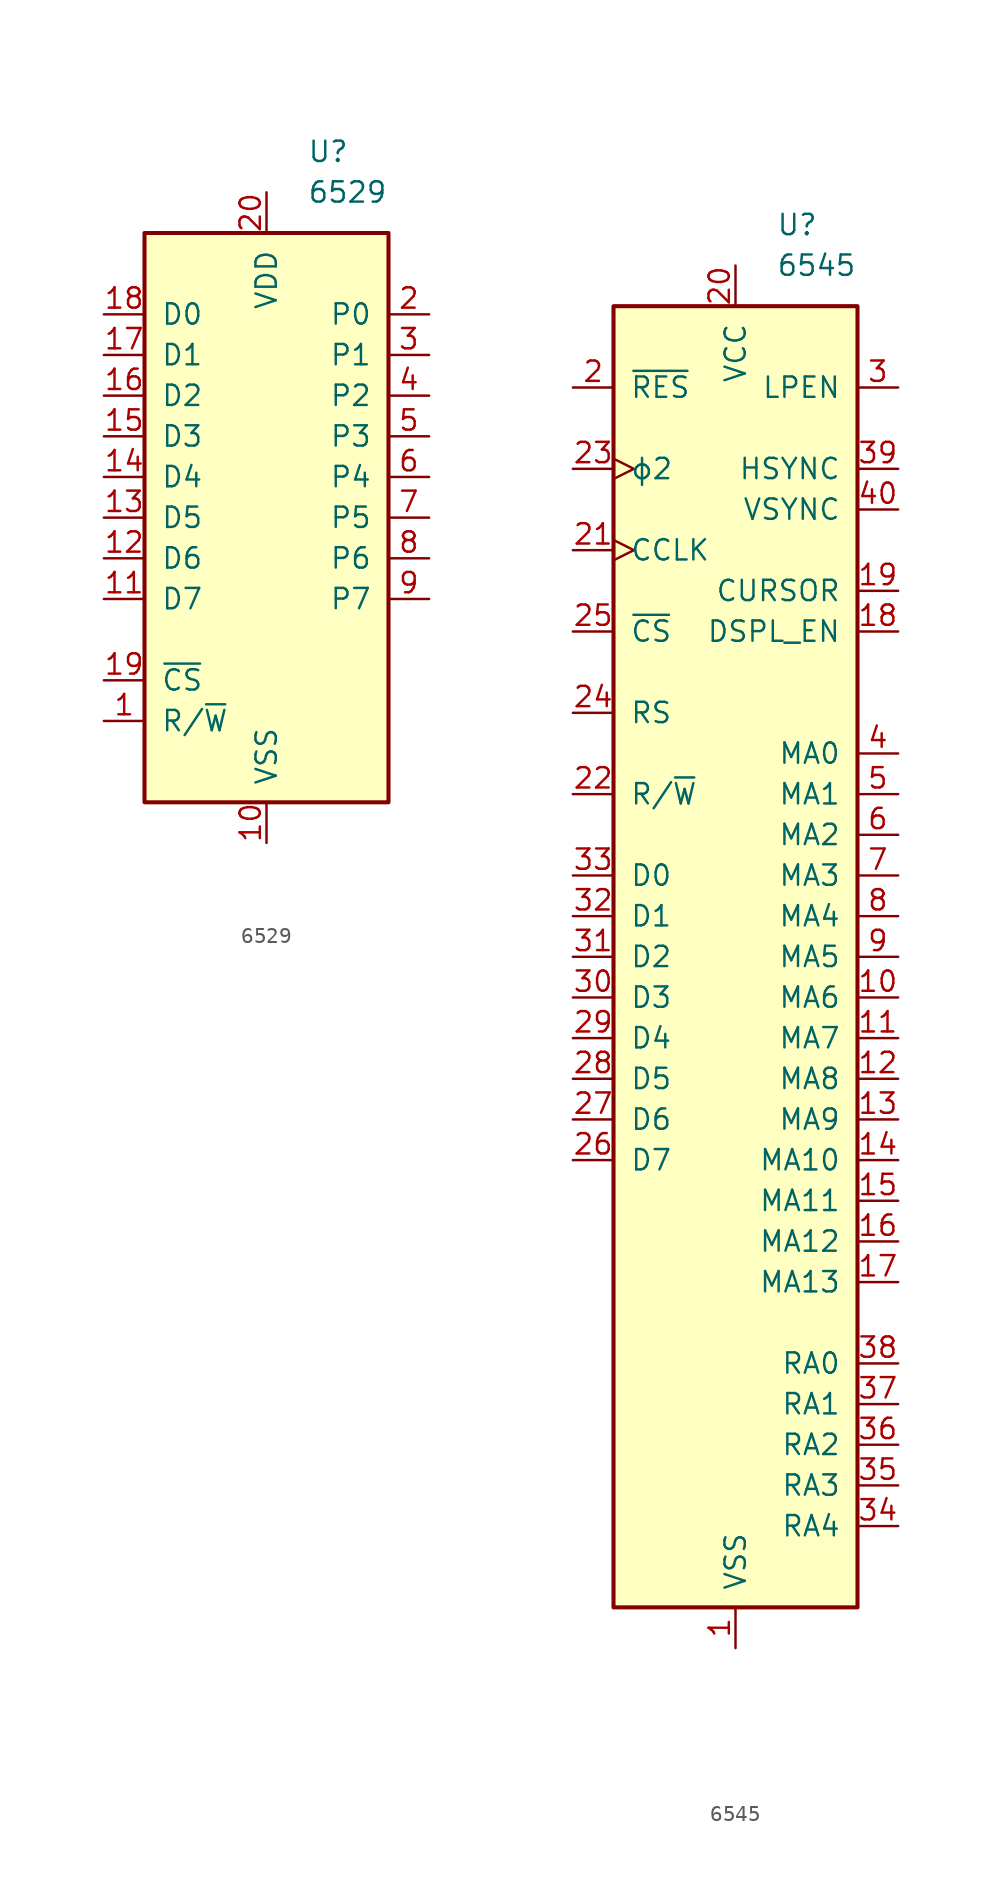
<source format=kicad_sym>
(kicad_symbol_lib
  (version 20211014)
  (generator kicad_symbol_editor)
  (symbol "6529"
    (pin_names
      (offset 1.016))
    (property "Reference" "U"
      (at 2.54 22.86 0)
      (effects (font (size 1.27 1.27)) (justify left)))
    (property "Value" "6529"
      (at 2.54 20.32 0)
      (effects (font (size 1.27 1.27)) (justify left)))
    (symbol "6529_0_1"
      (rectangle (start -7.62 17.78) (end 7.62 -17.78) (stroke (width 0.254) (type default) (color 0 0 0 0)) (fill (type background))))
    (symbol "6529_1_1"
      (pin input line (at -10.16 -12.7 0) (length 2.54) (name "R/~{W}" (effects (font (size 1.27 1.27)))) (number "1" (effects (font (size 1.27 1.27)))))
      (pin power_in line (at 0 -20.32 90) (length 2.54) (name "VSS" (effects (font (size 1.27 1.27)))) (number "10" (effects (font (size 1.27 1.27)))))
      (pin bidirectional line (at -10.16 -5.08 0) (length 2.54) (name "D7" (effects (font (size 1.27 1.27)))) (number "11" (effects (font (size 1.27 1.27)))))
      (pin bidirectional line (at -10.16 -2.54 0) (length 2.54) (name "D6" (effects (font (size 1.27 1.27)))) (number "12" (effects (font (size 1.27 1.27)))))
      (pin bidirectional line (at -10.16 0 0) (length 2.54) (name "D5" (effects (font (size 1.27 1.27)))) (number "13" (effects (font (size 1.27 1.27)))))
      (pin bidirectional line (at -10.16 2.54 0) (length 2.54) (name "D4" (effects (font (size 1.27 1.27)))) (number "14" (effects (font (size 1.27 1.27)))))
      (pin bidirectional line (at -10.16 5.08 0) (length 2.54) (name "D3" (effects (font (size 1.27 1.27)))) (number "15" (effects (font (size 1.27 1.27)))))
      (pin bidirectional line (at -10.16 7.62 0) (length 2.54) (name "D2" (effects (font (size 1.27 1.27)))) (number "16" (effects (font (size 1.27 1.27)))))
      (pin bidirectional line (at -10.16 10.16 0) (length 2.54) (name "D1" (effects (font (size 1.27 1.27)))) (number "17" (effects (font (size 1.27 1.27)))))
      (pin bidirectional line (at -10.16 12.7 0) (length 2.54) (name "D0" (effects (font (size 1.27 1.27)))) (number "18" (effects (font (size 1.27 1.27)))))
      (pin input line (at -10.16 -10.16 0) (length 2.54) (name "~{CS}" (effects (font (size 1.27 1.27)))) (number "19" (effects (font (size 1.27 1.27)))))
      (pin bidirectional line (at 10.16 12.7 180) (length 2.54) (name "P0" (effects (font (size 1.27 1.27)))) (number "2" (effects (font (size 1.27 1.27)))))
      (pin power_in line (at 0 20.32 270) (length 2.54) (name "VDD" (effects (font (size 1.27 1.27)))) (number "20" (effects (font (size 1.27 1.27)))))
      (pin bidirectional line (at 10.16 10.16 180) (length 2.54) (name "P1" (effects (font (size 1.27 1.27)))) (number "3" (effects (font (size 1.27 1.27)))))
      (pin bidirectional line (at 10.16 7.62 180) (length 2.54) (name "P2" (effects (font (size 1.27 1.27)))) (number "4" (effects (font (size 1.27 1.27)))))
      (pin bidirectional line (at 10.16 5.08 180) (length 2.54) (name "P3" (effects (font (size 1.27 1.27)))) (number "5" (effects (font (size 1.27 1.27)))))
      (pin bidirectional line (at 10.16 2.54 180) (length 2.54) (name "P4" (effects (font (size 1.27 1.27)))) (number "6" (effects (font (size 1.27 1.27)))))
      (pin bidirectional line (at 10.16 0 180) (length 2.54) (name "P5" (effects (font (size 1.27 1.27)))) (number "7" (effects (font (size 1.27 1.27)))))
      (pin bidirectional line (at 10.16 -2.54 180) (length 2.54) (name "P6" (effects (font (size 1.27 1.27)))) (number "8" (effects (font (size 1.27 1.27)))))
      (pin bidirectional line (at 10.16 -5.08 180) (length 2.54) (name "P7" (effects (font (size 1.27 1.27)))) (number "9" (effects (font (size 1.27 1.27)))))))
  (symbol "6545"
    (pin_names
      (offset 1.016))
    (property "Reference" "U"
      (at 2.54 45.72 0)
      (effects (font (size 1.27 1.27)) (justify left)))
    (property "Value" "6545"
      (at 2.54 43.18 0)
      (effects (font (size 1.27 1.27)) (justify left)))
    (symbol "6545_0_1"
      (rectangle (start -7.62 40.64) (end 7.62 -40.64) (stroke (width 0.254) (type default) (color 0 0 0 0)) (fill (type background))))
    (symbol "6545_1_1"
      (pin power_in line (at 0 -43.18 90) (length 2.54) (name "VSS" (effects (font (size 1.27 1.27)))) (number "1" (effects (font (size 1.27 1.27)))))
      (pin output line (at 10.16 -2.54 180) (length 2.54) (name "MA6" (effects (font (size 1.27 1.27)))) (number "10" (effects (font (size 1.27 1.27)))))
      (pin output line (at 10.16 -5.08 180) (length 2.54) (name "MA7" (effects (font (size 1.27 1.27)))) (number "11" (effects (font (size 1.27 1.27)))))
      (pin output line (at 10.16 -7.62 180) (length 2.54) (name "MA8" (effects (font (size 1.27 1.27)))) (number "12" (effects (font (size 1.27 1.27)))))
      (pin output line (at 10.16 -10.16 180) (length 2.54) (name "MA9" (effects (font (size 1.27 1.27)))) (number "13" (effects (font (size 1.27 1.27)))))
      (pin output line (at 10.16 -12.7 180) (length 2.54) (name "MA10" (effects (font (size 1.27 1.27)))) (number "14" (effects (font (size 1.27 1.27)))))
      (pin output line (at 10.16 -15.24 180) (length 2.54) (name "MA11" (effects (font (size 1.27 1.27)))) (number "15" (effects (font (size 1.27 1.27)))))
      (pin output line (at 10.16 -17.78 180) (length 2.54) (name "MA12" (effects (font (size 1.27 1.27)))) (number "16" (effects (font (size 1.27 1.27)))))
      (pin output line (at 10.16 -20.32 180) (length 2.54) (name "MA13" (effects (font (size 1.27 1.27)))) (number "17" (effects (font (size 1.27 1.27)))))
      (pin output line (at 10.16 20.32 180) (length 2.54) (name "DSPL_EN" (effects (font (size 1.27 1.27)))) (number "18" (effects (font (size 1.27 1.27)))))
      (pin output line (at 10.16 22.86 180) (length 2.54) (name "CURSOR" (effects (font (size 1.27 1.27)))) (number "19" (effects (font (size 1.27 1.27)))))
      (pin input line (at -10.16 35.56 0) (length 2.54) (name "~{RES}" (effects (font (size 1.27 1.27)))) (number "2" (effects (font (size 1.27 1.27)))))
      (pin power_in line (at 0 43.18 270) (length 2.54) (name "VCC" (effects (font (size 1.27 1.27)))) (number "20" (effects (font (size 1.27 1.27)))))
      (pin input clock (at -10.16 25.4 0) (length 2.54) (name "CCLK" (effects (font (size 1.27 1.27)))) (number "21" (effects (font (size 1.27 1.27)))))
      (pin input line (at -10.16 10.16 0) (length 2.54) (name "R/~{W}" (effects (font (size 1.27 1.27)))) (number "22" (effects (font (size 1.27 1.27)))))
      (pin input clock (at -10.16 30.48 0) (length 2.54) (name "ϕ2" (effects (font (size 1.27 1.27)))) (number "23" (effects (font (size 1.27 1.27)))))
      (pin input line (at -10.16 15.24 0) (length 2.54) (name "RS" (effects (font (size 1.27 1.27)))) (number "24" (effects (font (size 1.27 1.27)))))
      (pin input line (at -10.16 20.32 0) (length 2.54) (name "~{CS}" (effects (font (size 1.27 1.27)))) (number "25" (effects (font (size 1.27 1.27)))))
      (pin bidirectional line (at -10.16 -12.7 0) (length 2.54) (name "D7" (effects (font (size 1.27 1.27)))) (number "26" (effects (font (size 1.27 1.27)))))
      (pin bidirectional line (at -10.16 -10.16 0) (length 2.54) (name "D6" (effects (font (size 1.27 1.27)))) (number "27" (effects (font (size 1.27 1.27)))))
      (pin bidirectional line (at -10.16 -7.62 0) (length 2.54) (name "D5" (effects (font (size 1.27 1.27)))) (number "28" (effects (font (size 1.27 1.27)))))
      (pin bidirectional line (at -10.16 -5.08 0) (length 2.54) (name "D4" (effects (font (size 1.27 1.27)))) (number "29" (effects (font (size 1.27 1.27)))))
      (pin input line (at 10.16 35.56 180) (length 2.54) (name "LPEN" (effects (font (size 1.27 1.27)))) (number "3" (effects (font (size 1.27 1.27)))))
      (pin bidirectional line (at -10.16 -2.54 0) (length 2.54) (name "D3" (effects (font (size 1.27 1.27)))) (number "30" (effects (font (size 1.27 1.27)))))
      (pin bidirectional line (at -10.16 0 0) (length 2.54) (name "D2" (effects (font (size 1.27 1.27)))) (number "31" (effects (font (size 1.27 1.27)))))
      (pin bidirectional line (at -10.16 2.54 0) (length 2.54) (name "D1" (effects (font (size 1.27 1.27)))) (number "32" (effects (font (size 1.27 1.27)))))
      (pin bidirectional line (at -10.16 5.08 0) (length 2.54) (name "D0" (effects (font (size 1.27 1.27)))) (number "33" (effects (font (size 1.27 1.27)))))
      (pin output line (at 10.16 -35.56 180) (length 2.54) (name "RA4" (effects (font (size 1.27 1.27)))) (number "34" (effects (font (size 1.27 1.27)))))
      (pin output line (at 10.16 -33.02 180) (length 2.54) (name "RA3" (effects (font (size 1.27 1.27)))) (number "35" (effects (font (size 1.27 1.27)))))
      (pin output line (at 10.16 -30.48 180) (length 2.54) (name "RA2" (effects (font (size 1.27 1.27)))) (number "36" (effects (font (size 1.27 1.27)))))
      (pin output line (at 10.16 -27.94 180) (length 2.54) (name "RA1" (effects (font (size 1.27 1.27)))) (number "37" (effects (font (size 1.27 1.27)))))
      (pin output line (at 10.16 -25.4 180) (length 2.54) (name "RA0" (effects (font (size 1.27 1.27)))) (number "38" (effects (font (size 1.27 1.27)))))
      (pin output line (at 10.16 30.48 180) (length 2.54) (name "HSYNC" (effects (font (size 1.27 1.27)))) (number "39" (effects (font (size 1.27 1.27)))))
      (pin output line (at 10.16 12.7 180) (length 2.54) (name "MA0" (effects (font (size 1.27 1.27)))) (number "4" (effects (font (size 1.27 1.27)))))
      (pin output line (at 10.16 27.94 180) (length 2.54) (name "VSYNC" (effects (font (size 1.27 1.27)))) (number "40" (effects (font (size 1.27 1.27)))))
      (pin output line (at 10.16 10.16 180) (length 2.54) (name "MA1" (effects (font (size 1.27 1.27)))) (number "5" (effects (font (size 1.27 1.27)))))
      (pin output line (at 10.16 7.62 180) (length 2.54) (name "MA2" (effects (font (size 1.27 1.27)))) (number "6" (effects (font (size 1.27 1.27)))))
      (pin output line (at 10.16 5.08 180) (length 2.54) (name "MA3" (effects (font (size 1.27 1.27)))) (number "7" (effects (font (size 1.27 1.27)))))
      (pin output line (at 10.16 2.54 180) (length 2.54) (name "MA4" (effects (font (size 1.27 1.27)))) (number "8" (effects (font (size 1.27 1.27)))))
      (pin output line (at 10.16 0 180) (length 2.54) (name "MA5" (effects (font (size 1.27 1.27)))) (number "9" (effects (font (size 1.27 1.27))))))))
</source>
